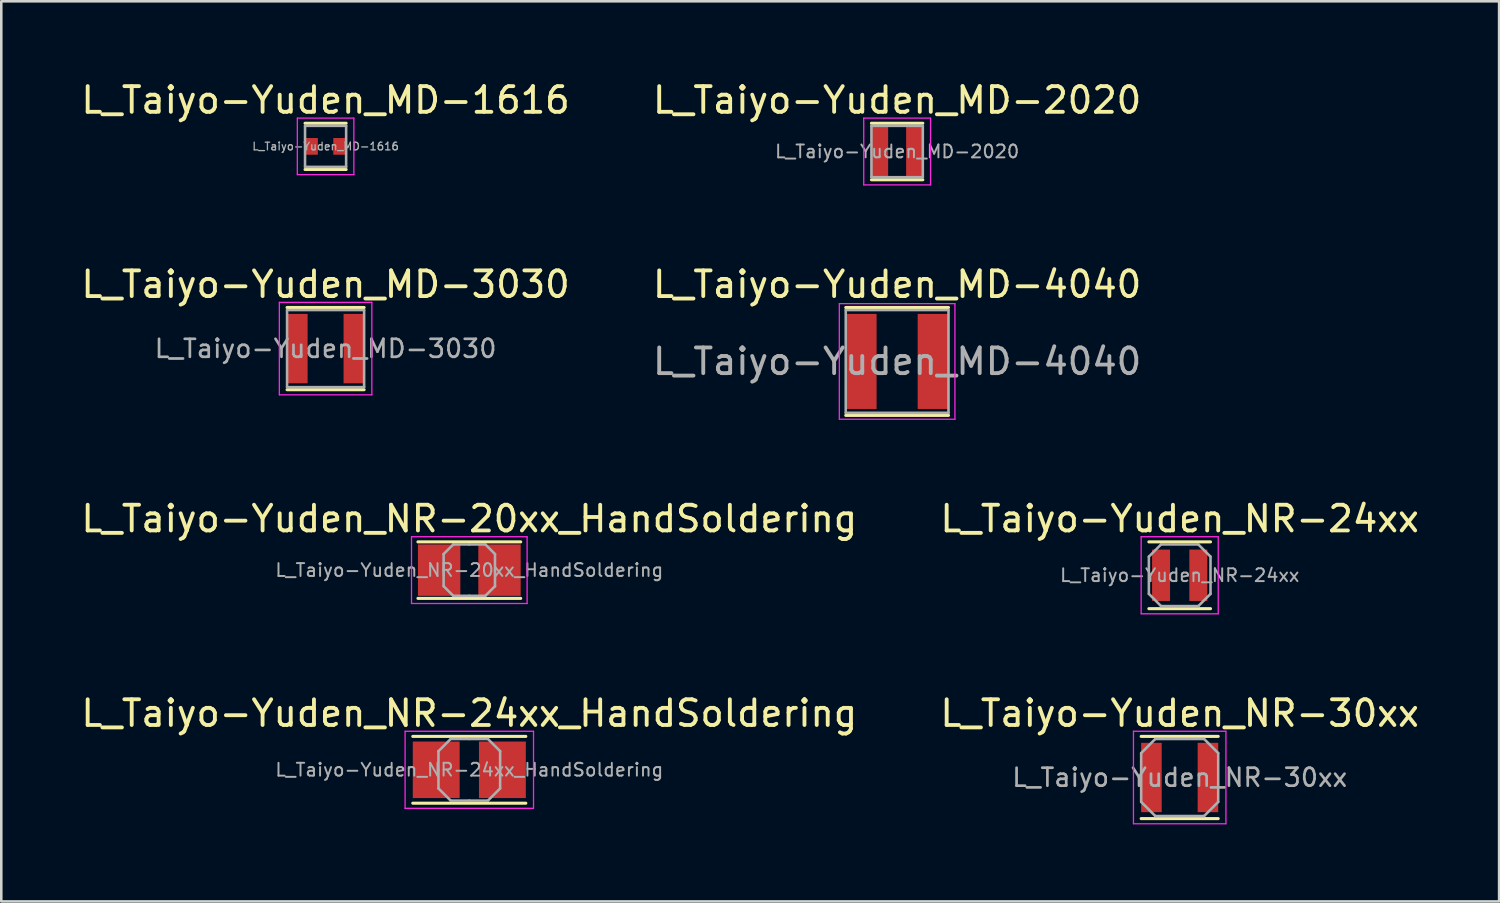
<source format=kicad_pcb>
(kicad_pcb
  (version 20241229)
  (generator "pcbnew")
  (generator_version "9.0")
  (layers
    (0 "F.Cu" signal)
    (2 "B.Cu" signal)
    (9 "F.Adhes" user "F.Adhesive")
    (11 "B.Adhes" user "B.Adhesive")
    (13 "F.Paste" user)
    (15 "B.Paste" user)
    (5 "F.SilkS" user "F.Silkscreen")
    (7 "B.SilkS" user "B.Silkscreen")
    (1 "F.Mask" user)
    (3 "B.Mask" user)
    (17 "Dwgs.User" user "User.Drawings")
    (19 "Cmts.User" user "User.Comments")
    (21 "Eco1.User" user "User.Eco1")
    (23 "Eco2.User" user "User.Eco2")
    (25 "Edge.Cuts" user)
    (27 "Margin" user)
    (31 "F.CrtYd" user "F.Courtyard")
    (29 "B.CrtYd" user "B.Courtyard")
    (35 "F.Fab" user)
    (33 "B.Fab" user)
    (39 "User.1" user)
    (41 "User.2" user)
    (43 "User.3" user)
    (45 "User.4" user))
  (footprint "L_Taiyo-Yuden_MD-2020"
    (layer "F.Cu")
    (at 31.875 2.848)
    (property "Reference" "L_Taiyo-Yuden_MD-2020" (at 0 -2 0) (layer "F.SilkS") (effects (font (size 1 1) (thickness 0.15))))
    (attr smd)
    (fp_line (start -1 -1.1) (end 1 -1.1) (stroke (width 0.12) (type solid)) (layer "F.SilkS"))
    (fp_line (start -1 1.1) (end 1 1.1) (stroke (width 0.12) (type solid)) (layer "F.SilkS"))
    (fp_line (start -1.3 -1.3) (end -1.3 1.3) (stroke (width 0.05) (type solid)) (layer "F.CrtYd"))
    (fp_line (start -1.3 1.3) (end 1.3 1.3) (stroke (width 0.05) (type solid)) (layer "F.CrtYd"))
    (fp_line (start 1.3 -1.3) (end -1.3 -1.3) (stroke (width 0.05) (type solid)) (layer "F.CrtYd"))
    (fp_line (start 1.3 1.3) (end 1.3 -1.3) (stroke (width 0.05) (type solid)) (layer "F.CrtYd"))
    (fp_line (start -1 -1) (end -1 1) (stroke (width 0.1) (type solid)) (layer "F.Fab"))
    (fp_line (start -1 1) (end 1 1) (stroke (width 0.1) (type solid)) (layer "F.Fab"))
    (fp_line (start 1 -1) (end -1 -1) (stroke (width 0.1) (type solid)) (layer "F.Fab"))
    (fp_line (start 1 1) (end 1 -1) (stroke (width 0.1) (type solid)) (layer "F.Fab"))
    (fp_text user "${REFERENCE}" (at 0 0 0) (layer "F.Fab") (effects (font (size 0.5 0.5) (thickness 0.075))))
    (pad "1" smd rect (at -0.675 0) (size 0.65 2) (layers "F.Cu" "F.Mask" "F.Paste"))
    (pad "2" smd rect (at 0.675 0) (size 0.65 2) (layers "F.Cu" "F.Mask" "F.Paste")))
  (footprint "L_Taiyo-Yuden_MD-3030"
    (layer "F.Cu")
    (at 9.625 10.521)
    (property "Reference" "L_Taiyo-Yuden_MD-3030" (at 0 -2.5 0) (layer "F.SilkS") (effects (font (size 1 1) (thickness 0.15))))
    (attr smd)
    (fp_line (start -1.5 -1.6) (end 1.5 -1.6) (stroke (width 0.12) (type solid)) (layer "F.SilkS"))
    (fp_line (start -1.5 1.6) (end 1.5 1.6) (stroke (width 0.12) (type solid)) (layer "F.SilkS"))
    (fp_line (start -1.8 -1.8) (end -1.8 1.8) (stroke (width 0.05) (type solid)) (layer "F.CrtYd"))
    (fp_line (start -1.8 1.8) (end 1.8 1.8) (stroke (width 0.05) (type solid)) (layer "F.CrtYd"))
    (fp_line (start 1.8 -1.8) (end -1.8 -1.8) (stroke (width 0.05) (type solid)) (layer "F.CrtYd"))
    (fp_line (start 1.8 1.8) (end 1.8 -1.8) (stroke (width 0.05) (type solid)) (layer "F.CrtYd"))
    (fp_line (start -1.5 -1.5) (end -1.5 1.5) (stroke (width 0.1) (type solid)) (layer "F.Fab"))
    (fp_line (start -1.5 1.5) (end 1.5 1.5) (stroke (width 0.1) (type solid)) (layer "F.Fab"))
    (fp_line (start 1.5 -1.5) (end -1.5 -1.5) (stroke (width 0.1) (type solid)) (layer "F.Fab"))
    (fp_line (start 1.5 1.5) (end 1.5 -1.5) (stroke (width 0.1) (type solid)) (layer "F.Fab"))
    (fp_text user "${REFERENCE}" (at 0 0 0) (layer "F.Fab") (effects (font (size 0.7 0.7) (thickness 0.105))))
    (pad "1" smd rect (at -1.1 0) (size 0.8 2.7) (layers "F.Cu" "F.Mask" "F.Paste"))
    (pad "2" smd rect (at 1.1 0) (size 0.8 2.7) (layers "F.Cu" "F.Mask" "F.Paste")))
  (footprint "L_Taiyo-Yuden_MD-4040"
    (layer "F.Cu")
    (at 31.875 11.021)
    (property "Reference" "L_Taiyo-Yuden_MD-4040" (at 0 -3 0) (layer "F.SilkS") (effects (font (size 1 1) (thickness 0.15))))
    (attr smd)
    (fp_line (start -2 -2.1) (end 2 -2.1) (stroke (width 0.12) (type solid)) (layer "F.SilkS"))
    (fp_line (start -2 2.1) (end 2 2.1) (stroke (width 0.12) (type solid)) (layer "F.SilkS"))
    (fp_line (start -2.25 -2.25) (end -2.25 2.25) (stroke (width 0.05) (type solid)) (layer "F.CrtYd"))
    (fp_line (start -2.25 2.25) (end 2.25 2.25) (stroke (width 0.05) (type solid)) (layer "F.CrtYd"))
    (fp_line (start 2.25 -2.25) (end -2.25 -2.25) (stroke (width 0.05) (type solid)) (layer "F.CrtYd"))
    (fp_line (start 2.25 2.25) (end 2.25 -2.25) (stroke (width 0.05) (type solid)) (layer "F.CrtYd"))
    (fp_line (start -2 -2) (end -2 2) (stroke (width 0.1) (type solid)) (layer "F.Fab"))
    (fp_line (start -2 2) (end 2 2) (stroke (width 0.1) (type solid)) (layer "F.Fab"))
    (fp_line (start 2 -2) (end -2 -2) (stroke (width 0.1) (type solid)) (layer "F.Fab"))
    (fp_line (start 2 2) (end 2 -2) (stroke (width 0.1) (type solid)) (layer "F.Fab"))
    (fp_text user "${REFERENCE}" (at 0 0 0) (layer "F.Fab") (effects (font (size 1 1) (thickness 0.15))))
    (pad "1" smd rect (at -1.4 0) (size 1.2 3.7) (layers "F.Cu" "F.Mask" "F.Paste"))
    (pad "2" smd rect (at 1.4 0) (size 1.2 3.7) (layers "F.Cu" "F.Mask" "F.Paste")))
  (footprint "L_Taiyo-Yuden_NR-24xx_HandSoldering"
    (layer "F.Cu")
    (at 15.22 26.918)
    (property "Reference" "L_Taiyo-Yuden_NR-24xx_HandSoldering" (at 0 -2.2 0) (layer "F.SilkS") (effects (font (size 1 1) (thickness 0.15))))
    (attr smd)
    (fp_line (start -2.2 -1.3) (end 2.2 -1.3) (stroke (width 0.12) (type solid)) (layer "F.SilkS"))
    (fp_line (start -2.2 1.3) (end 2.2 1.3) (stroke (width 0.12) (type solid)) (layer "F.SilkS"))
    (fp_line (start -2.5 -1.5) (end -2.5 1.5) (stroke (width 0.05) (type solid)) (layer "F.CrtYd"))
    (fp_line (start -2.5 1.5) (end 2.5 1.5) (stroke (width 0.05) (type solid)) (layer "F.CrtYd"))
    (fp_line (start 2.5 -1.5) (end -2.5 -1.5) (stroke (width 0.05) (type solid)) (layer "F.CrtYd"))
    (fp_line (start 2.5 1.5) (end 2.5 -1.5) (stroke (width 0.05) (type solid)) (layer "F.CrtYd"))
    (fp_line (start -1.2 -0.725) (end -0.725 -1.2) (stroke (width 0.1) (type solid)) (layer "F.Fab"))
    (fp_line (start -1.2 0) (end -1.2 -0.725) (stroke (width 0.1) (type solid)) (layer "F.Fab"))
    (fp_line (start -1.2 0) (end -1.2 0.725) (stroke (width 0.1) (type solid)) (layer "F.Fab"))
    (fp_line (start -1.2 0.725) (end -0.725 1.2) (stroke (width 0.1) (type solid)) (layer "F.Fab"))
    (fp_line (start -0.725 -1.2) (end 0 -1.2) (stroke (width 0.1) (type solid)) (layer "F.Fab"))
    (fp_line (start -0.725 1.2) (end 0 1.2) (stroke (width 0.1) (type solid)) (layer "F.Fab"))
    (fp_line (start 0.725 -1.2) (end 0 -1.2) (stroke (width 0.1) (type solid)) (layer "F.Fab"))
    (fp_line (start 0.725 1.2) (end 0 1.2) (stroke (width 0.1) (type solid)) (layer "F.Fab"))
    (fp_line (start 1.2 -0.725) (end 0.725 -1.2) (stroke (width 0.1) (type solid)) (layer "F.Fab"))
    (fp_line (start 1.2 0) (end 1.2 -0.725) (stroke (width 0.1) (type solid)) (layer "F.Fab"))
    (fp_line (start 1.2 0) (end 1.2 0.725) (stroke (width 0.1) (type solid)) (layer "F.Fab"))
    (fp_line (start 1.2 0.725) (end 0.725 1.2) (stroke (width 0.1) (type solid)) (layer "F.Fab"))
    (fp_text user "${REFERENCE}" (at 0 0 0) (layer "F.Fab") (effects (font (size 0.5 0.5) (thickness 0.075))))
    (pad "1" smd rect (at -1.288 0) (size 1.825 2.2) (layers "F.Cu" "F.Mask" "F.Paste"))
    (pad "2" smd rect (at 1.288 0) (size 1.825 2.2) (layers "F.Cu" "F.Mask" "F.Paste")))
  (footprint "L_Taiyo-Yuden_NR-30xx"
    (layer "F.Cu")
    (at 42.875 27.218)
    (property "Reference" "L_Taiyo-Yuden_NR-30xx" (at 0 -2.5 0) (layer "F.SilkS") (effects (font (size 1 1) (thickness 0.15))))
    (attr smd)
    (fp_line (start -1.5 -1.6) (end 1.5 -1.6) (stroke (width 0.12) (type solid)) (layer "F.SilkS"))
    (fp_line (start -1.5 1.6) (end 1.5 1.6) (stroke (width 0.12) (type solid)) (layer "F.SilkS"))
    (fp_line (start -1.8 -1.8) (end -1.8 1.8) (stroke (width 0.05) (type solid)) (layer "F.CrtYd"))
    (fp_line (start -1.8 1.8) (end 1.8 1.8) (stroke (width 0.05) (type solid)) (layer "F.CrtYd"))
    (fp_line (start 1.8 -1.8) (end -1.8 -1.8) (stroke (width 0.05) (type solid)) (layer "F.CrtYd"))
    (fp_line (start 1.8 1.8) (end 1.8 -1.8) (stroke (width 0.05) (type solid)) (layer "F.CrtYd"))
    (fp_line (start -1.5 -0.95) (end -1.5 0.95) (stroke (width 0.1) (type solid)) (layer "F.Fab"))
    (fp_line (start -1.5 -0.95) (end -0.95 -1.5) (stroke (width 0.1) (type solid)) (layer "F.Fab"))
    (fp_line (start -1.5 0.95) (end -0.95 1.5) (stroke (width 0.1) (type solid)) (layer "F.Fab"))
    (fp_line (start -0.95 -1.5) (end 0.95 -1.5) (stroke (width 0.1) (type solid)) (layer "F.Fab"))
    (fp_line (start -0.95 1.5) (end 0.95 1.5) (stroke (width 0.1) (type solid)) (layer "F.Fab"))
    (fp_line (start 1.5 -0.95) (end 0.95 -1.5) (stroke (width 0.1) (type solid)) (layer "F.Fab"))
    (fp_line (start 1.5 0.95) (end 0.95 1.5) (stroke (width 0.1) (type solid)) (layer "F.Fab"))
    (fp_line (start 1.5 0.95) (end 1.5 -0.95) (stroke (width 0.1) (type solid)) (layer "F.Fab"))
    (fp_text user "${REFERENCE}" (at 0 0 0) (layer "F.Fab") (effects (font (size 0.7 0.7) (thickness 0.105))))
    (pad "1" smd rect (at -1.1 0) (size 0.8 2.7) (layers "F.Cu" "F.Mask" "F.Paste"))
    (pad "2" smd rect (at 1.1 0) (size 0.8 2.7) (layers "F.Cu" "F.Mask" "F.Paste")))
  (footprint "L_Taiyo-Yuden_NR-20xx_HandSoldering"
    (layer "F.Cu")
    (at 15.22 19.145)
    (property "Reference" "L_Taiyo-Yuden_NR-20xx_HandSoldering" (at 0 -2 0) (layer "F.SilkS") (effects (font (size 1 1) (thickness 0.15))))
    (attr smd)
    (fp_line (start -2 -1.1) (end 2 -1.1) (stroke (width 0.12) (type solid)) (layer "F.SilkS"))
    (fp_line (start -2 1.1) (end 2 1.1) (stroke (width 0.12) (type solid)) (layer "F.SilkS"))
    (fp_line (start -2.25 -1.3) (end -2.25 1.3) (stroke (width 0.05) (type solid)) (layer "F.CrtYd"))
    (fp_line (start -2.25 1.3) (end 2.25 1.3) (stroke (width 0.05) (type solid)) (layer "F.CrtYd"))
    (fp_line (start 2.25 -1.3) (end -2.25 -1.3) (stroke (width 0.05) (type solid)) (layer "F.CrtYd"))
    (fp_line (start 2.25 1.3) (end 2.25 -1.3) (stroke (width 0.05) (type solid)) (layer "F.CrtYd"))
    (fp_line (start -1 -0.625) (end -0.625 -1) (stroke (width 0.1) (type solid)) (layer "F.Fab"))
    (fp_line (start -1 0) (end -1 -0.625) (stroke (width 0.1) (type solid)) (layer "F.Fab"))
    (fp_line (start -1 0) (end -1 0.625) (stroke (width 0.1) (type solid)) (layer "F.Fab"))
    (fp_line (start -1 0.625) (end -0.625 1) (stroke (width 0.1) (type solid)) (layer "F.Fab"))
    (fp_line (start -0.625 -1) (end 0 -1) (stroke (width 0.1) (type solid)) (layer "F.Fab"))
    (fp_line (start -0.625 1) (end 0 1) (stroke (width 0.1) (type solid)) (layer "F.Fab"))
    (fp_line (start 0.625 -1) (end 0 -1) (stroke (width 0.1) (type solid)) (layer "F.Fab"))
    (fp_line (start 0.625 1) (end 0 1) (stroke (width 0.1) (type solid)) (layer "F.Fab"))
    (fp_line (start 1 -0.625) (end 0.625 -1) (stroke (width 0.1) (type solid)) (layer "F.Fab"))
    (fp_line (start 1 0) (end 1 -0.625) (stroke (width 0.1) (type solid)) (layer "F.Fab"))
    (fp_line (start 1 0) (end 1 0.625) (stroke (width 0.1) (type solid)) (layer "F.Fab"))
    (fp_line (start 1 0.625) (end 0.625 1) (stroke (width 0.1) (type solid)) (layer "F.Fab"))
    (fp_text user "${REFERENCE}" (at 0 0 0) (layer "F.Fab") (effects (font (size 0.5 0.5) (thickness 0.075))))
    (pad "1" smd rect (at -1.175 0) (size 1.65 2) (layers "F.Cu" "F.Mask" "F.Paste"))
    (pad "2" smd rect (at 1.175 0) (size 1.65 2) (layers "F.Cu" "F.Mask" "F.Paste")))
  (footprint "L_Taiyo-Yuden_MD-1616"
    (layer "F.Cu")
    (at 9.625 2.648)
    (property "Reference" "L_Taiyo-Yuden_MD-1616" (at 0 -1.8 0) (layer "F.SilkS") (effects (font (size 1 1) (thickness 0.15))))
    (attr smd)
    (fp_line (start -0.8 -0.9) (end 0.8 -0.9) (stroke (width 0.12) (type solid)) (layer "F.SilkS"))
    (fp_line (start -0.8 0.9) (end 0.8 0.9) (stroke (width 0.12) (type solid)) (layer "F.SilkS"))
    (fp_line (start -1.1 -1.1) (end -1.1 1.1) (stroke (width 0.05) (type solid)) (layer "F.CrtYd"))
    (fp_line (start -1.1 1.1) (end 1.1 1.1) (stroke (width 0.05) (type solid)) (layer "F.CrtYd"))
    (fp_line (start 1.1 -1.1) (end -1.1 -1.1) (stroke (width 0.05) (type solid)) (layer "F.CrtYd"))
    (fp_line (start 1.1 1.1) (end 1.1 -1.1) (stroke (width 0.05) (type solid)) (layer "F.CrtYd"))
    (fp_line (start -0.8 -0.8) (end -0.8 0.8) (stroke (width 0.1) (type solid)) (layer "F.Fab"))
    (fp_line (start -0.8 0.8) (end 0.8 0.8) (stroke (width 0.1) (type solid)) (layer "F.Fab"))
    (fp_line (start 0.8 -0.8) (end -0.8 -0.8) (stroke (width 0.1) (type solid)) (layer "F.Fab"))
    (fp_line (start 0.8 0.8) (end 0.8 -0.8) (stroke (width 0.1) (type solid)) (layer "F.Fab"))
    (fp_text user "${REFERENCE}" (at 0 0 0) (layer "F.Fab") (effects (font (size 0.3 0.3) (thickness 0.05))))
    (pad "1" smd rect (at -0.55 0) (size 0.5 0.65) (layers "F.Cu" "F.Mask" "F.Paste"))
    (pad "2" smd rect (at 0.55 0) (size 0.5 0.65) (layers "F.Cu" "F.Mask" "F.Paste")))
  (footprint "L_Taiyo-Yuden_NR-24xx"
    (layer "F.Cu")
    (at 42.875 19.345)
    (property "Reference" "L_Taiyo-Yuden_NR-24xx" (at 0 -2.2 0) (layer "F.SilkS") (effects (font (size 1 1) (thickness 0.15))))
    (attr smd)
    (fp_line (start -1.2 -1.3) (end 1.2 -1.3) (stroke (width 0.12) (type solid)) (layer "F.SilkS"))
    (fp_line (start -1.2 1.3) (end 1.2 1.3) (stroke (width 0.12) (type solid)) (layer "F.SilkS"))
    (fp_line (start -1.5 -1.5) (end -1.5 1.5) (stroke (width 0.05) (type solid)) (layer "F.CrtYd"))
    (fp_line (start -1.5 1.5) (end 1.5 1.5) (stroke (width 0.05) (type solid)) (layer "F.CrtYd"))
    (fp_line (start 1.5 -1.5) (end -1.5 -1.5) (stroke (width 0.05) (type solid)) (layer "F.CrtYd"))
    (fp_line (start 1.5 1.5) (end 1.5 -1.5) (stroke (width 0.05) (type solid)) (layer "F.CrtYd"))
    (fp_line (start -1.2 -0.725) (end -1.2 0.725) (stroke (width 0.1) (type solid)) (layer "F.Fab"))
    (fp_line (start -1.2 -0.725) (end -0.725 -1.2) (stroke (width 0.1) (type solid)) (layer "F.Fab"))
    (fp_line (start -1.2 0.725) (end -0.725 1.2) (stroke (width 0.1) (type solid)) (layer "F.Fab"))
    (fp_line (start -0.725 -1.2) (end 0.725 -1.2) (stroke (width 0.1) (type solid)) (layer "F.Fab"))
    (fp_line (start -0.725 1.2) (end 0.725 1.2) (stroke (width 0.1) (type solid)) (layer "F.Fab"))
    (fp_line (start 1.2 -0.725) (end 0.725 -1.2) (stroke (width 0.1) (type solid)) (layer "F.Fab"))
    (fp_line (start 1.2 -0.725) (end 1.2 0.725) (stroke (width 0.1) (type solid)) (layer "F.Fab"))
    (fp_line (start 1.2 0.725) (end 0.725 1.2) (stroke (width 0.1) (type solid)) (layer "F.Fab"))
    (fp_text user "${REFERENCE}" (at 0 0 0) (layer "F.Fab") (effects (font (size 0.5 0.5) (thickness 0.075))))
    (pad "1" smd rect (at -0.725 0) (size 0.7 2) (layers "F.Cu" "F.Mask" "F.Paste"))
    (pad "2" smd rect (at 0.725 0) (size 0.7 2) (layers "F.Cu" "F.Mask" "F.Paste")))
  (gr_rect
    (start -3 -3)
    (end 55.31 32.043)
    (stroke (width 0.1) (type default))
    (fill no)
    (layer "Edge.Cuts")))
</source>
